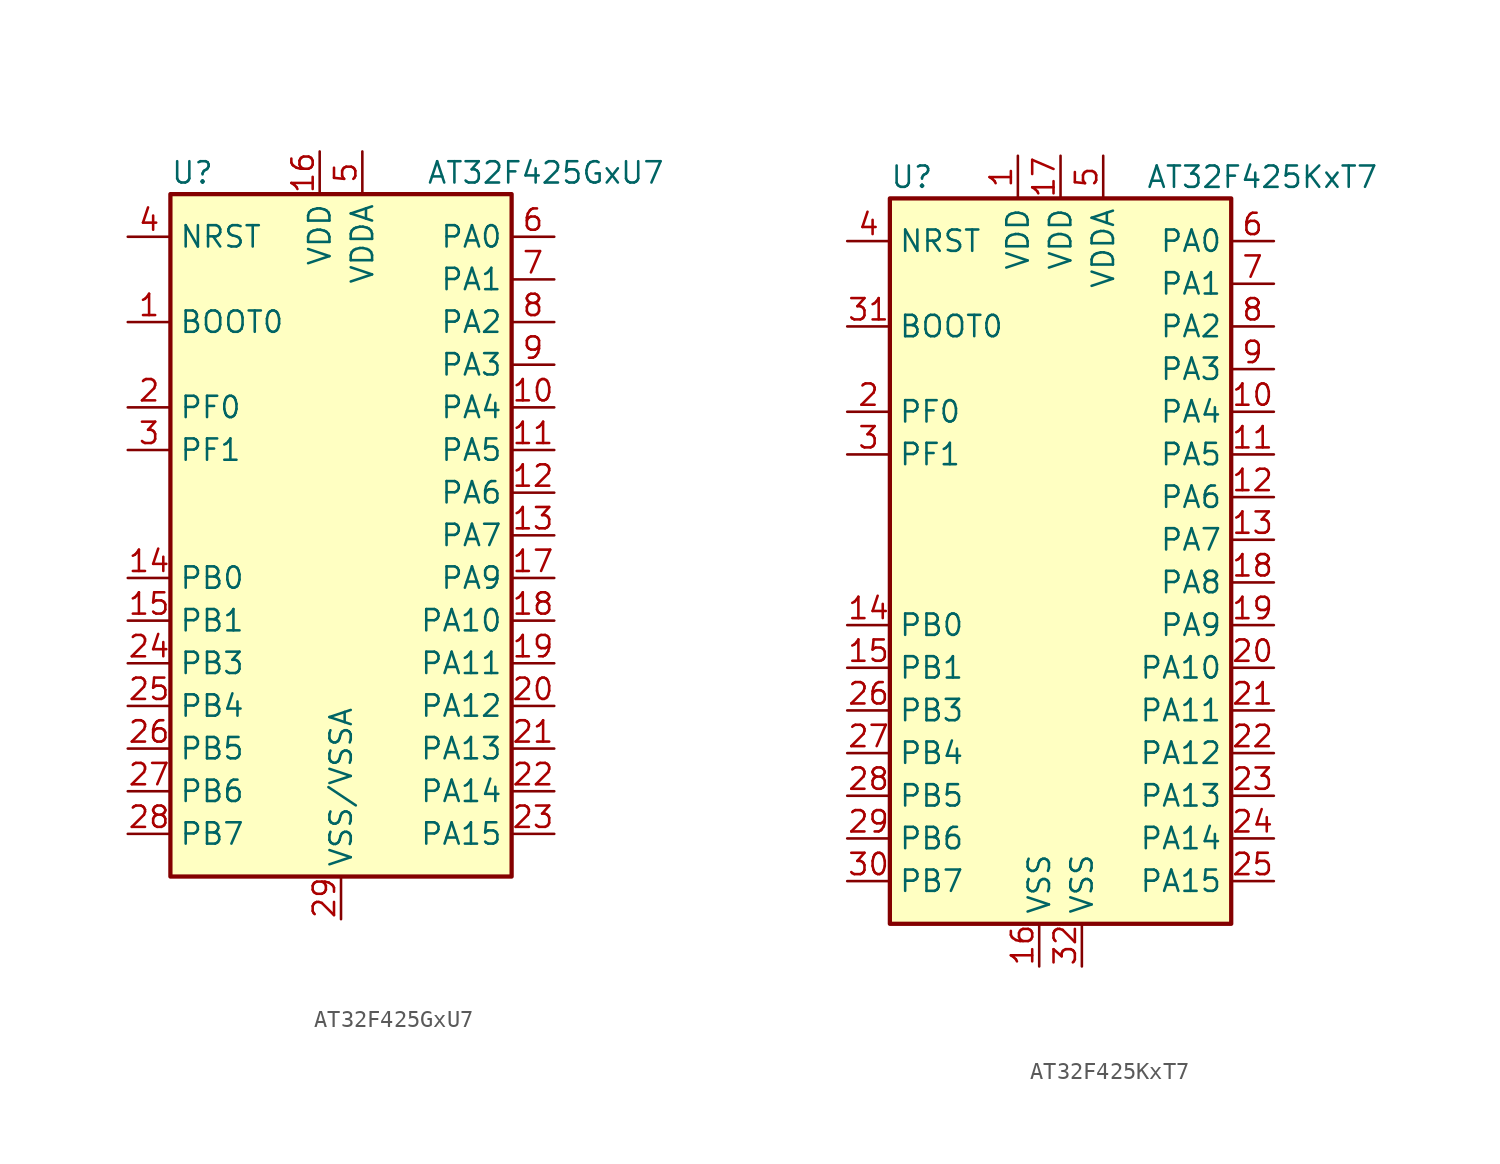
<source format=kicad_sym>
(kicad_symbol_lib
  (version 20220331)
  (generator kicad_symbol_editor)
  (symbol "AT32F425GxU7"
    (property "Reference" "U"
      (at -10.16 21.59 0)
      (effects (font (size 1.27 1.27)) (justify left)))
    (property "Value" "AT32F425GxU7"
      (at 5.08 21.59 0)
      (effects (font (size 1.27 1.27)) (justify left)))
    (symbol "AT32F425GxU7_0_1"
      (rectangle (start -10.16 20.32) (end 10.16 -20.32) (stroke (width 0.254) (type default)) (fill (type background))))
    (symbol "AT32F425GxU7_1_1"
      (pin input line (at -12.7 12.7 0) (length 2.54) (name "BOOT0" (effects (font (size 1.27 1.27)))) (number "1" (effects (font (size 1.27 1.27)))))
      (pin bidirectional line (at 12.7 7.62 180) (length 2.54) (name "PA4" (effects (font (size 1.27 1.27)))) (number "10" (effects (font (size 1.27 1.27)))))
      (pin bidirectional line (at 12.7 5.08 180) (length 2.54) (name "PA5" (effects (font (size 1.27 1.27)))) (number "11" (effects (font (size 1.27 1.27)))))
      (pin bidirectional line (at 12.7 2.54 180) (length 2.54) (name "PA6" (effects (font (size 1.27 1.27)))) (number "12" (effects (font (size 1.27 1.27)))))
      (pin bidirectional line (at 12.7 0 180) (length 2.54) (name "PA7" (effects (font (size 1.27 1.27)))) (number "13" (effects (font (size 1.27 1.27)))))
      (pin bidirectional line (at -12.7 -2.54 0) (length 2.54) (name "PB0" (effects (font (size 1.27 1.27)))) (number "14" (effects (font (size 1.27 1.27)))))
      (pin bidirectional line (at -12.7 -5.08 0) (length 2.54) (name "PB1" (effects (font (size 1.27 1.27)))) (number "15" (effects (font (size 1.27 1.27)))))
      (pin power_in line (at -1.27 22.86 270) (length 2.54) (name "VDD" (effects (font (size 1.27 1.27)))) (number "16" (effects (font (size 1.27 1.27)))))
      (pin bidirectional line (at 12.7 -2.54 180) (length 2.54) (name "PA9" (effects (font (size 1.27 1.27)))) (number "17" (effects (font (size 1.27 1.27)))))
      (pin bidirectional line (at 12.7 -5.08 180) (length 2.54) (name "PA10" (effects (font (size 1.27 1.27)))) (number "18" (effects (font (size 1.27 1.27)))))
      (pin bidirectional line (at 12.7 -7.62 180) (length 2.54) (name "PA11" (effects (font (size 1.27 1.27)))) (number "19" (effects (font (size 1.27 1.27)))))
      (pin input line (at -12.7 7.62 0) (length 2.54) (name "PF0" (effects (font (size 1.27 1.27)))) (number "2" (effects (font (size 1.27 1.27)))))
      (pin bidirectional line (at 12.7 -10.16 180) (length 2.54) (name "PA12" (effects (font (size 1.27 1.27)))) (number "20" (effects (font (size 1.27 1.27)))))
      (pin bidirectional line (at 12.7 -12.7 180) (length 2.54) (name "PA13" (effects (font (size 1.27 1.27)))) (number "21" (effects (font (size 1.27 1.27)))))
      (pin bidirectional line (at 12.7 -15.24 180) (length 2.54) (name "PA14" (effects (font (size 1.27 1.27)))) (number "22" (effects (font (size 1.27 1.27)))))
      (pin bidirectional line (at 12.7 -17.78 180) (length 2.54) (name "PA15" (effects (font (size 1.27 1.27)))) (number "23" (effects (font (size 1.27 1.27)))))
      (pin bidirectional line (at -12.7 -7.62 0) (length 2.54) (name "PB3" (effects (font (size 1.27 1.27)))) (number "24" (effects (font (size 1.27 1.27)))))
      (pin bidirectional line (at -12.7 -10.16 0) (length 2.54) (name "PB4" (effects (font (size 1.27 1.27)))) (number "25" (effects (font (size 1.27 1.27)))))
      (pin bidirectional line (at -12.7 -12.7 0) (length 2.54) (name "PB5" (effects (font (size 1.27 1.27)))) (number "26" (effects (font (size 1.27 1.27)))))
      (pin bidirectional line (at -12.7 -15.24 0) (length 2.54) (name "PB6" (effects (font (size 1.27 1.27)))) (number "27" (effects (font (size 1.27 1.27)))))
      (pin bidirectional line (at -12.7 -17.78 0) (length 2.54) (name "PB7" (effects (font (size 1.27 1.27)))) (number "28" (effects (font (size 1.27 1.27)))))
      (pin power_in line (at 0 -22.86 90) (length 2.54) (name "VSS/VSSA" (effects (font (size 1.27 1.27)))) (number "29" (effects (font (size 1.27 1.27)))))
      (pin input line (at -12.7 5.08 0) (length 2.54) (name "PF1" (effects (font (size 1.27 1.27)))) (number "3" (effects (font (size 1.27 1.27)))))
      (pin input line (at -12.7 17.78 0) (length 2.54) (name "NRST" (effects (font (size 1.27 1.27)))) (number "4" (effects (font (size 1.27 1.27)))))
      (pin power_in line (at 1.27 22.86 270) (length 2.54) (name "VDDA" (effects (font (size 1.27 1.27)))) (number "5" (effects (font (size 1.27 1.27)))))
      (pin bidirectional line (at 12.7 17.78 180) (length 2.54) (name "PA0" (effects (font (size 1.27 1.27)))) (number "6" (effects (font (size 1.27 1.27)))))
      (pin bidirectional line (at 12.7 15.24 180) (length 2.54) (name "PA1" (effects (font (size 1.27 1.27)))) (number "7" (effects (font (size 1.27 1.27)))))
      (pin bidirectional line (at 12.7 12.7 180) (length 2.54) (name "PA2" (effects (font (size 1.27 1.27)))) (number "8" (effects (font (size 1.27 1.27)))))
      (pin bidirectional line (at 12.7 10.16 180) (length 2.54) (name "PA3" (effects (font (size 1.27 1.27)))) (number "9" (effects (font (size 1.27 1.27)))))))
  (symbol "AT32F425KxT7"
    (property "Reference" "U"
      (at -10.16 22.86 0)
      (effects (font (size 1.27 1.27)) (justify left)))
    (property "Value" "AT32F425KxT7"
      (at 5.08 22.86 0)
      (effects (font (size 1.27 1.27)) (justify left)))
    (symbol "AT32F425KxT7_0_1"
      (rectangle (start -10.16 -21.59) (end 10.16 21.59) (stroke (width 0.254) (type default)) (fill (type background))))
    (symbol "AT32F425KxT7_1_1"
      (pin power_in line (at -2.54 24.13 270) (length 2.54) (name "VDD" (effects (font (size 1.27 1.27)))) (number "1" (effects (font (size 1.27 1.27)))))
      (pin bidirectional line (at 12.7 8.89 180) (length 2.54) (name "PA4" (effects (font (size 1.27 1.27)))) (number "10" (effects (font (size 1.27 1.27)))))
      (pin bidirectional line (at 12.7 6.35 180) (length 2.54) (name "PA5" (effects (font (size 1.27 1.27)))) (number "11" (effects (font (size 1.27 1.27)))))
      (pin bidirectional line (at 12.7 3.81 180) (length 2.54) (name "PA6" (effects (font (size 1.27 1.27)))) (number "12" (effects (font (size 1.27 1.27)))))
      (pin bidirectional line (at 12.7 1.27 180) (length 2.54) (name "PA7" (effects (font (size 1.27 1.27)))) (number "13" (effects (font (size 1.27 1.27)))))
      (pin bidirectional line (at -12.7 -3.81 0) (length 2.54) (name "PB0" (effects (font (size 1.27 1.27)))) (number "14" (effects (font (size 1.27 1.27)))))
      (pin bidirectional line (at -12.7 -6.35 0) (length 2.54) (name "PB1" (effects (font (size 1.27 1.27)))) (number "15" (effects (font (size 1.27 1.27)))))
      (pin power_in line (at -1.27 -24.13 90) (length 2.54) (name "VSS" (effects (font (size 1.27 1.27)))) (number "16" (effects (font (size 1.27 1.27)))))
      (pin power_in line (at 0 24.13 270) (length 2.54) (name "VDD" (effects (font (size 1.27 1.27)))) (number "17" (effects (font (size 1.27 1.27)))))
      (pin bidirectional line (at 12.7 -1.27 180) (length 2.54) (name "PA8" (effects (font (size 1.27 1.27)))) (number "18" (effects (font (size 1.27 1.27)))))
      (pin bidirectional line (at 12.7 -3.81 180) (length 2.54) (name "PA9" (effects (font (size 1.27 1.27)))) (number "19" (effects (font (size 1.27 1.27)))))
      (pin input line (at -12.7 8.89 0) (length 2.54) (name "PF0" (effects (font (size 1.27 1.27)))) (number "2" (effects (font (size 1.27 1.27)))))
      (pin bidirectional line (at 12.7 -6.35 180) (length 2.54) (name "PA10" (effects (font (size 1.27 1.27)))) (number "20" (effects (font (size 1.27 1.27)))))
      (pin bidirectional line (at 12.7 -8.89 180) (length 2.54) (name "PA11" (effects (font (size 1.27 1.27)))) (number "21" (effects (font (size 1.27 1.27)))))
      (pin bidirectional line (at 12.7 -11.43 180) (length 2.54) (name "PA12" (effects (font (size 1.27 1.27)))) (number "22" (effects (font (size 1.27 1.27)))))
      (pin bidirectional line (at 12.7 -13.97 180) (length 2.54) (name "PA13" (effects (font (size 1.27 1.27)))) (number "23" (effects (font (size 1.27 1.27)))))
      (pin bidirectional line (at 12.7 -16.51 180) (length 2.54) (name "PA14" (effects (font (size 1.27 1.27)))) (number "24" (effects (font (size 1.27 1.27)))))
      (pin bidirectional line (at 12.7 -19.05 180) (length 2.54) (name "PA15" (effects (font (size 1.27 1.27)))) (number "25" (effects (font (size 1.27 1.27)))))
      (pin bidirectional line (at -12.7 -8.89 0) (length 2.54) (name "PB3" (effects (font (size 1.27 1.27)))) (number "26" (effects (font (size 1.27 1.27)))))
      (pin bidirectional line (at -12.7 -11.43 0) (length 2.54) (name "PB4" (effects (font (size 1.27 1.27)))) (number "27" (effects (font (size 1.27 1.27)))))
      (pin bidirectional line (at -12.7 -13.97 0) (length 2.54) (name "PB5" (effects (font (size 1.27 1.27)))) (number "28" (effects (font (size 1.27 1.27)))))
      (pin bidirectional line (at -12.7 -16.51 0) (length 2.54) (name "PB6" (effects (font (size 1.27 1.27)))) (number "29" (effects (font (size 1.27 1.27)))))
      (pin input line (at -12.7 6.35 0) (length 2.54) (name "PF1" (effects (font (size 1.27 1.27)))) (number "3" (effects (font (size 1.27 1.27)))))
      (pin bidirectional line (at -12.7 -19.05 0) (length 2.54) (name "PB7" (effects (font (size 1.27 1.27)))) (number "30" (effects (font (size 1.27 1.27)))))
      (pin input line (at -12.7 13.97 0) (length 2.54) (name "BOOT0" (effects (font (size 1.27 1.27)))) (number "31" (effects (font (size 1.27 1.27)))))
      (pin power_in line (at 1.27 -24.13 90) (length 2.54) (name "VSS" (effects (font (size 1.27 1.27)))) (number "32" (effects (font (size 1.27 1.27)))))
      (pin input line (at -12.7 19.05 0) (length 2.54) (name "NRST" (effects (font (size 1.27 1.27)))) (number "4" (effects (font (size 1.27 1.27)))))
      (pin power_in line (at 2.54 24.13 270) (length 2.54) (name "VDDA" (effects (font (size 1.27 1.27)))) (number "5" (effects (font (size 1.27 1.27)))))
      (pin bidirectional line (at 12.7 19.05 180) (length 2.54) (name "PA0" (effects (font (size 1.27 1.27)))) (number "6" (effects (font (size 1.27 1.27)))))
      (pin bidirectional line (at 12.7 16.51 180) (length 2.54) (name "PA1" (effects (font (size 1.27 1.27)))) (number "7" (effects (font (size 1.27 1.27)))))
      (pin bidirectional line (at 12.7 13.97 180) (length 2.54) (name "PA2" (effects (font (size 1.27 1.27)))) (number "8" (effects (font (size 1.27 1.27)))))
      (pin bidirectional line (at 12.7 11.43 180) (length 2.54) (name "PA3" (effects (font (size 1.27 1.27)))) (number "9" (effects (font (size 1.27 1.27))))))))
</source>
